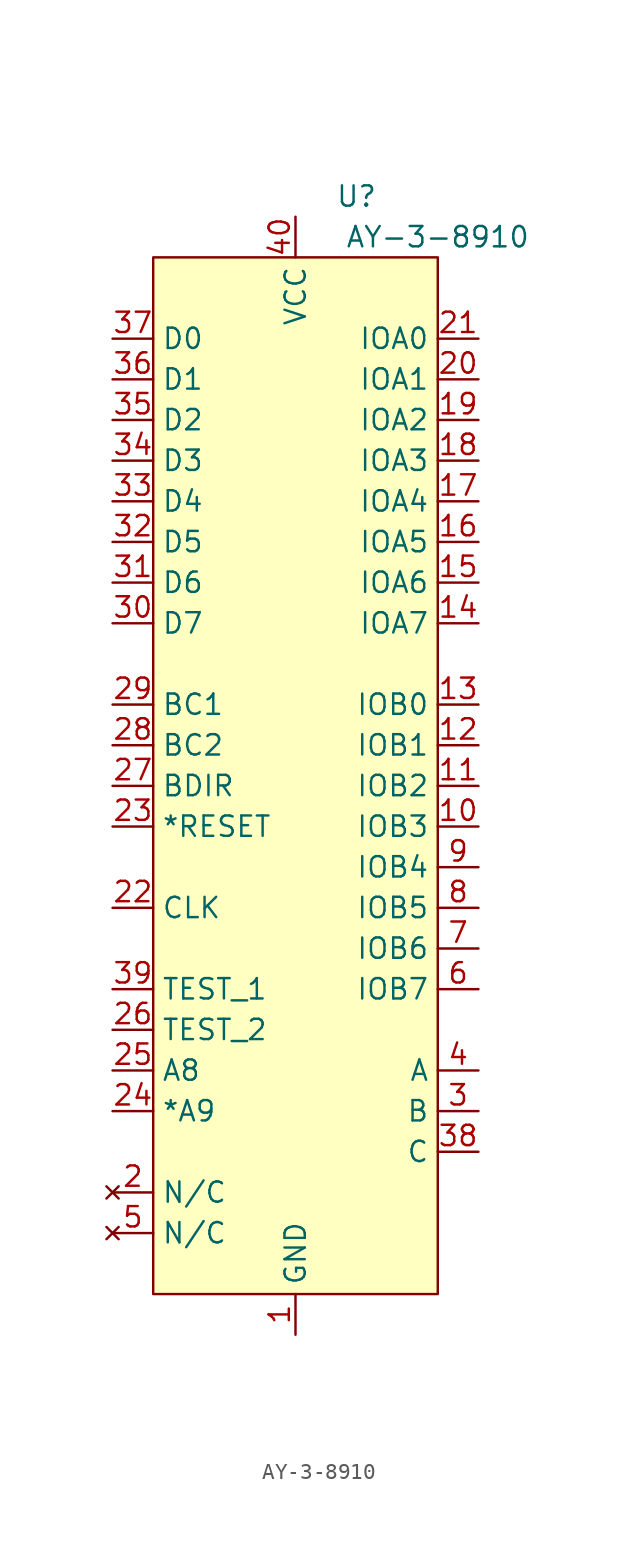
<source format=kicad_sym>
(kicad_symbol_lib
  (version 20211014)
  (generator kicad_symbol_editor)
  (symbol "AY-3-8910"
    (property "Reference" "U"
      (at 12.7 3.81 0)
      (effects (font (size 1.27 1.27))))
    (property "Value" "AY-3-8910"
      (at 17.78 1.27 0)
      (effects (font (size 1.27 1.27))))
    (symbol "AY-3-8910_0_1"
      (rectangle (start 0 0) (end 17.78 -64.77) (stroke (width 0.152) (type default) (color 0 0 0 0)) (fill (type background))))
    (symbol "AY-3-8910_1_1"
      (pin power_in line (at 8.89 -67.31 90) (length 2.54) (name "GND" (effects (font (size 1.27 1.27)))) (number "1" (effects (font (size 1.27 1.27)))))
      (pin bidirectional line (at 20.32 -35.56 180) (length 2.54) (name "IOB3" (effects (font (size 1.27 1.27)))) (number "10" (effects (font (size 1.27 1.27)))))
      (pin bidirectional line (at 20.32 -33.02 180) (length 2.54) (name "IOB2" (effects (font (size 1.27 1.27)))) (number "11" (effects (font (size 1.27 1.27)))))
      (pin bidirectional line (at 20.32 -30.48 180) (length 2.54) (name "IOB1" (effects (font (size 1.27 1.27)))) (number "12" (effects (font (size 1.27 1.27)))))
      (pin bidirectional line (at 20.32 -27.94 180) (length 2.54) (name "IOB0" (effects (font (size 1.27 1.27)))) (number "13" (effects (font (size 1.27 1.27)))))
      (pin bidirectional line (at 20.32 -22.86 180) (length 2.54) (name "IOA7" (effects (font (size 1.27 1.27)))) (number "14" (effects (font (size 1.27 1.27)))))
      (pin bidirectional line (at 20.32 -20.32 180) (length 2.54) (name "IOA6" (effects (font (size 1.27 1.27)))) (number "15" (effects (font (size 1.27 1.27)))))
      (pin bidirectional line (at 20.32 -17.78 180) (length 2.54) (name "IOA5" (effects (font (size 1.27 1.27)))) (number "16" (effects (font (size 1.27 1.27)))))
      (pin bidirectional line (at 20.32 -15.24 180) (length 2.54) (name "IOA4" (effects (font (size 1.27 1.27)))) (number "17" (effects (font (size 1.27 1.27)))))
      (pin bidirectional line (at 20.32 -12.7 180) (length 2.54) (name "IOA3" (effects (font (size 1.27 1.27)))) (number "18" (effects (font (size 1.27 1.27)))))
      (pin bidirectional line (at 20.32 -10.16 180) (length 2.54) (name "IOA2" (effects (font (size 1.27 1.27)))) (number "19" (effects (font (size 1.27 1.27)))))
      (pin no_connect line (at -2.54 -58.42 0) (length 2.54) (name "N/C" (effects (font (size 1.27 1.27)))) (number "2" (effects (font (size 1.27 1.27)))))
      (pin bidirectional line (at 20.32 -7.62 180) (length 2.54) (name "IOA1" (effects (font (size 1.27 1.27)))) (number "20" (effects (font (size 1.27 1.27)))))
      (pin bidirectional line (at 20.32 -5.08 180) (length 2.54) (name "IOA0" (effects (font (size 1.27 1.27)))) (number "21" (effects (font (size 1.27 1.27)))))
      (pin input line (at -2.54 -40.64 0) (length 2.54) (name "CLK" (effects (font (size 1.27 1.27)))) (number "22" (effects (font (size 1.27 1.27)))))
      (pin input line (at -2.54 -35.56 0) (length 2.54) (name "*RESET" (effects (font (size 1.27 1.27)))) (number "23" (effects (font (size 1.27 1.27)))))
      (pin input line (at -2.54 -53.34 0) (length 2.54) (name "*A9" (effects (font (size 1.27 1.27)))) (number "24" (effects (font (size 1.27 1.27)))))
      (pin input line (at -2.54 -50.8 0) (length 2.54) (name "A8" (effects (font (size 1.27 1.27)))) (number "25" (effects (font (size 1.27 1.27)))))
      (pin output line (at -2.54 -48.26 0) (length 2.54) (name "TEST_2" (effects (font (size 1.27 1.27)))) (number "26" (effects (font (size 1.27 1.27)))))
      (pin input line (at -2.54 -33.02 0) (length 2.54) (name "BDIR" (effects (font (size 1.27 1.27)))) (number "27" (effects (font (size 1.27 1.27)))))
      (pin input line (at -2.54 -30.48 0) (length 2.54) (name "BC2" (effects (font (size 1.27 1.27)))) (number "28" (effects (font (size 1.27 1.27)))))
      (pin input line (at -2.54 -27.94 0) (length 2.54) (name "BC1" (effects (font (size 1.27 1.27)))) (number "29" (effects (font (size 1.27 1.27)))))
      (pin passive line (at 20.32 -53.34 180) (length 2.54) (name "B" (effects (font (size 1.27 1.27)))) (number "3" (effects (font (size 1.27 1.27)))))
      (pin bidirectional line (at -2.54 -22.86 0) (length 2.54) (name "D7" (effects (font (size 1.27 1.27)))) (number "30" (effects (font (size 1.27 1.27)))))
      (pin bidirectional line (at -2.54 -20.32 0) (length 2.54) (name "D6" (effects (font (size 1.27 1.27)))) (number "31" (effects (font (size 1.27 1.27)))))
      (pin bidirectional line (at -2.54 -17.78 0) (length 2.54) (name "D5" (effects (font (size 1.27 1.27)))) (number "32" (effects (font (size 1.27 1.27)))))
      (pin bidirectional line (at -2.54 -15.24 0) (length 2.54) (name "D4" (effects (font (size 1.27 1.27)))) (number "33" (effects (font (size 1.27 1.27)))))
      (pin bidirectional line (at -2.54 -12.7 0) (length 2.54) (name "D3" (effects (font (size 1.27 1.27)))) (number "34" (effects (font (size 1.27 1.27)))))
      (pin bidirectional line (at -2.54 -10.16 0) (length 2.54) (name "D2" (effects (font (size 1.27 1.27)))) (number "35" (effects (font (size 1.27 1.27)))))
      (pin bidirectional line (at -2.54 -7.62 0) (length 2.54) (name "D1" (effects (font (size 1.27 1.27)))) (number "36" (effects (font (size 1.27 1.27)))))
      (pin bidirectional line (at -2.54 -5.08 0) (length 2.54) (name "D0" (effects (font (size 1.27 1.27)))) (number "37" (effects (font (size 1.27 1.27)))))
      (pin passive line (at 20.32 -55.88 180) (length 2.54) (name "C" (effects (font (size 1.27 1.27)))) (number "38" (effects (font (size 1.27 1.27)))))
      (pin output line (at -2.54 -45.72 0) (length 2.54) (name "TEST_1" (effects (font (size 1.27 1.27)))) (number "39" (effects (font (size 1.27 1.27)))))
      (pin passive line (at 20.32 -50.8 180) (length 2.54) (name "A" (effects (font (size 1.27 1.27)))) (number "4" (effects (font (size 1.27 1.27)))))
      (pin power_in line (at 8.89 2.54 270) (length 2.54) (name "VCC" (effects (font (size 1.27 1.27)))) (number "40" (effects (font (size 1.27 1.27)))))
      (pin no_connect line (at -2.54 -60.96 0) (length 2.54) (name "N/C" (effects (font (size 1.27 1.27)))) (number "5" (effects (font (size 1.27 1.27)))))
      (pin bidirectional line (at 20.32 -45.72 180) (length 2.54) (name "IOB7" (effects (font (size 1.27 1.27)))) (number "6" (effects (font (size 1.27 1.27)))))
      (pin bidirectional line (at 20.32 -43.18 180) (length 2.54) (name "IOB6" (effects (font (size 1.27 1.27)))) (number "7" (effects (font (size 1.27 1.27)))))
      (pin bidirectional line (at 20.32 -40.64 180) (length 2.54) (name "IOB5" (effects (font (size 1.27 1.27)))) (number "8" (effects (font (size 1.27 1.27)))))
      (pin bidirectional line (at 20.32 -38.1 180) (length 2.54) (name "IOB4" (effects (font (size 1.27 1.27)))) (number "9" (effects (font (size 1.27 1.27))))))))
</source>
